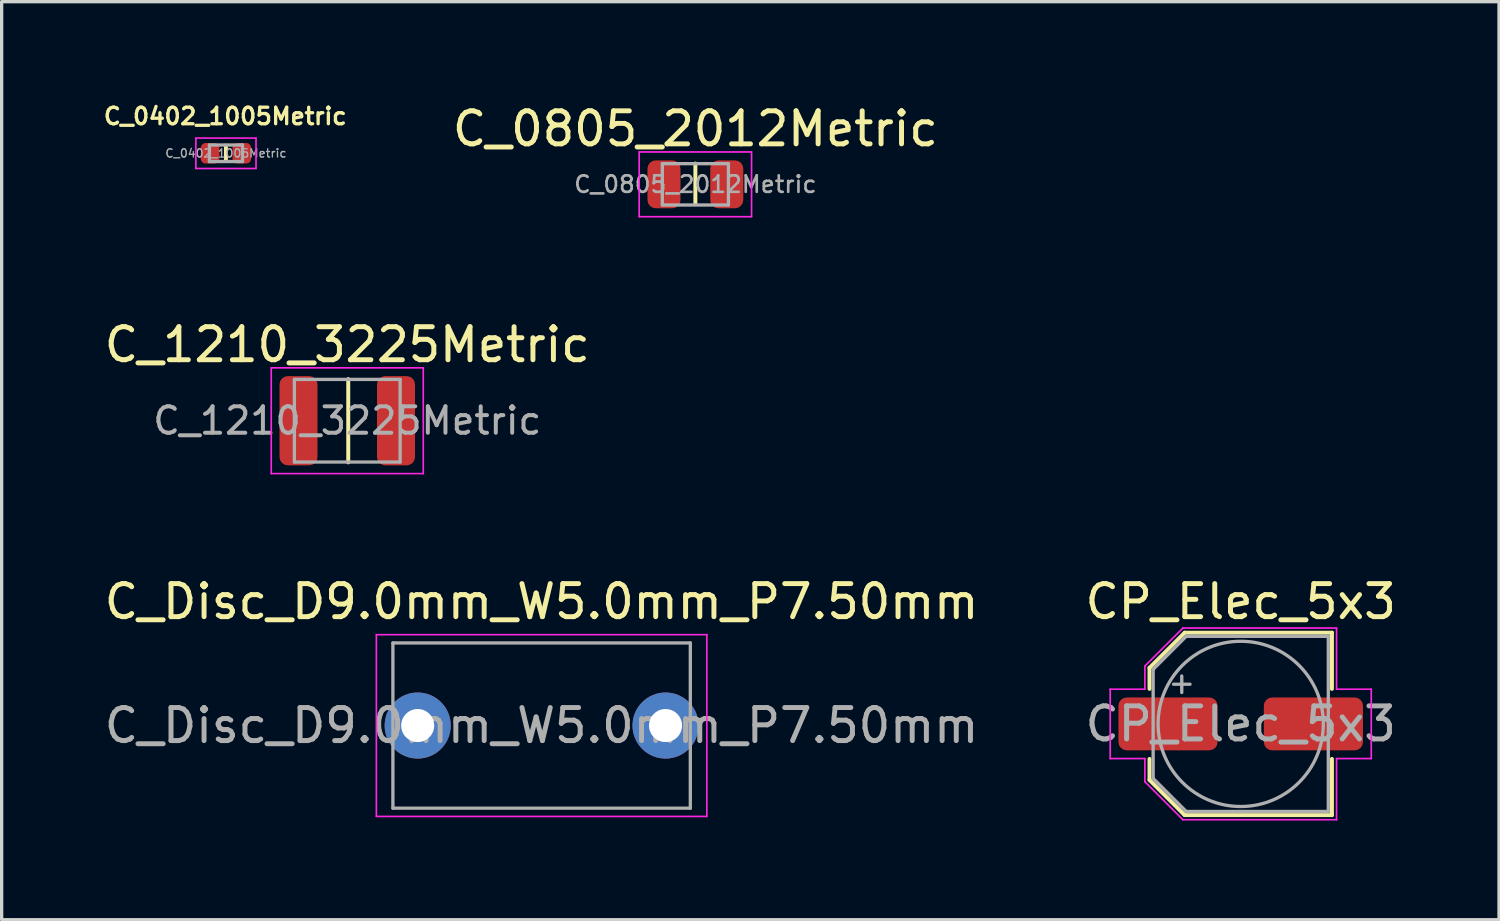
<source format=kicad_pcb>
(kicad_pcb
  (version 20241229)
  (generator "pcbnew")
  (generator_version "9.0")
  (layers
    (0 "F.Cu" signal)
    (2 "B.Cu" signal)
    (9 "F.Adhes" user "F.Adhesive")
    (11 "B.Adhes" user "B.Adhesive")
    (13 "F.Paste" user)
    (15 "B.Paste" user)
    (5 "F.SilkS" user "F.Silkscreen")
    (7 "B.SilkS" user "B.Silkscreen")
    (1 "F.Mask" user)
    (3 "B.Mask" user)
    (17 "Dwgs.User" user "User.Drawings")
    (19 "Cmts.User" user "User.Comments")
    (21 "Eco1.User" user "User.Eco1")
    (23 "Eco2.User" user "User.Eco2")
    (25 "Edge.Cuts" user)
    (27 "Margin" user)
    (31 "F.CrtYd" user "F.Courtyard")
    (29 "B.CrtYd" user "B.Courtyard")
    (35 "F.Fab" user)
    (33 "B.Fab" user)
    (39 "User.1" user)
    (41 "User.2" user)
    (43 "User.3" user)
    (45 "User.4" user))
  (footprint "C_Disc_D9.0mm_W5.0mm_P7.50mm"
    (layer "F.Cu")
    (at 9.589 18.905)
    (property "Reference" "C_Disc_D9.0mm_W5.0mm_P7.50mm" (at 3.75 -3.75 0) (layer "F.SilkS") (effects (font (size 1 1) (thickness 0.15))))
    (attr through_hole)
    (fp_line (start -1.25 -2.75) (end -1.25 2.75) (stroke (width 0.05) (type solid)) (layer "F.CrtYd"))
    (fp_line (start -1.25 2.75) (end 8.75 2.75) (stroke (width 0.05) (type solid)) (layer "F.CrtYd"))
    (fp_line (start 8.75 -2.75) (end -1.25 -2.75) (stroke (width 0.05) (type solid)) (layer "F.CrtYd"))
    (fp_line (start 8.75 2.75) (end 8.75 -2.75) (stroke (width 0.05) (type solid)) (layer "F.CrtYd"))
    (fp_line (start -0.75 -2.5) (end -0.75 2.5) (stroke (width 0.1) (type solid)) (layer "F.Fab"))
    (fp_line (start -0.75 2.5) (end 8.25 2.5) (stroke (width 0.1) (type solid)) (layer "F.Fab"))
    (fp_line (start 8.25 -2.5) (end -0.75 -2.5) (stroke (width 0.1) (type solid)) (layer "F.Fab"))
    (fp_line (start 8.25 2.5) (end 8.25 -2.5) (stroke (width 0.1) (type solid)) (layer "F.Fab"))
    (fp_text user "${REFERENCE}" (at 3.75 0 0) (layer "F.Fab") (effects (font (size 1 1) (thickness 0.15))))
    (pad "1" thru_hole circle (at 0 0) (size 2 2) (drill 1) (layers "*.Cu" "*.Mask"))
    (pad "2" thru_hole circle (at 7.5 0) (size 2 2) (drill 1) (layers "*.Cu" "*.Mask")))
  (footprint "C_0805_2012Metric"
    (layer "F.Cu")
    (at 17.992 2.528)
    (property "Reference" "C_0805_2012Metric" (at 0 -1.68 0) (layer "F.SilkS") (effects (font (size 1 1) (thickness 0.15))))
    (attr smd)
    (fp_line (start 0 -0.63) (end 0 0.6) (stroke (width 0.12) (type solid)) (layer "F.SilkS"))
    (fp_line (start -1.7 -0.98) (end 1.7 -0.98) (stroke (width 0.05) (type solid)) (layer "F.CrtYd"))
    (fp_line (start -1.7 0.98) (end -1.7 -0.98) (stroke (width 0.05) (type solid)) (layer "F.CrtYd"))
    (fp_line (start 1.7 -0.98) (end 1.7 0.98) (stroke (width 0.05) (type solid)) (layer "F.CrtYd"))
    (fp_line (start 1.7 0.98) (end -1.7 0.98) (stroke (width 0.05) (type solid)) (layer "F.CrtYd"))
    (fp_line (start -1 -0.625) (end 1 -0.625) (stroke (width 0.1) (type solid)) (layer "F.Fab"))
    (fp_line (start -1 0.625) (end -1 -0.625) (stroke (width 0.1) (type solid)) (layer "F.Fab"))
    (fp_line (start 1 -0.625) (end 1 0.625) (stroke (width 0.1) (type solid)) (layer "F.Fab"))
    (fp_line (start 1 0.625) (end -1 0.625) (stroke (width 0.1) (type solid)) (layer "F.Fab"))
    (fp_text user "${REFERENCE}" (at 0 0 0) (layer "F.Fab") (effects (font (size 0.5 0.5) (thickness 0.08))))
    (pad "1" smd roundrect (at -0.95 0) (size 1 1.45) (layers "F.Cu" "F.Mask" "F.Paste") (roundrect_rratio 0.25))
    (pad "2" smd roundrect (at 0.95 0) (size 1 1.45) (layers "F.Cu" "F.Mask" "F.Paste") (roundrect_rratio 0.25)))
  (footprint "CP_Elec_5x3"
    (layer "F.Cu")
    (at 34.494 18.855)
    (property "Reference" "CP_Elec_5x3" (at 0 -3.7 0) (layer "F.SilkS") (effects (font (size 1 1) (thickness 0.15))))
    (attr smd)
    (fp_line (start -2.76 -1.696) (end -2.76 -1.06) (stroke (width 0.12) (type solid)) (layer "F.SilkS"))
    (fp_line (start -2.76 -1.696) (end -1.696 -2.76) (stroke (width 0.12) (type solid)) (layer "F.SilkS"))
    (fp_line (start -2.76 1.696) (end -2.76 1.06) (stroke (width 0.12) (type solid)) (layer "F.SilkS"))
    (fp_line (start -2.76 1.696) (end -1.696 2.76) (stroke (width 0.12) (type solid)) (layer "F.SilkS"))
    (fp_line (start -1.696 -2.76) (end 2.76 -2.76) (stroke (width 0.12) (type solid)) (layer "F.SilkS"))
    (fp_line (start -1.696 2.76) (end 2.76 2.76) (stroke (width 0.12) (type solid)) (layer "F.SilkS"))
    (fp_line (start 2.76 -2.76) (end 2.76 -1.06) (stroke (width 0.12) (type solid)) (layer "F.SilkS"))
    (fp_line (start 2.76 2.76) (end 2.76 1.06) (stroke (width 0.12) (type solid)) (layer "F.SilkS"))
    (fp_line (start -3.95 -1.05) (end -3.95 1.05) (stroke (width 0.05) (type solid)) (layer "F.CrtYd"))
    (fp_line (start -3.95 1.05) (end -2.9 1.05) (stroke (width 0.05) (type solid)) (layer "F.CrtYd"))
    (fp_line (start -2.9 -1.75) (end -2.9 -1.05) (stroke (width 0.05) (type solid)) (layer "F.CrtYd"))
    (fp_line (start -2.9 -1.75) (end -1.75 -2.9) (stroke (width 0.05) (type solid)) (layer "F.CrtYd"))
    (fp_line (start -2.9 -1.05) (end -3.95 -1.05) (stroke (width 0.05) (type solid)) (layer "F.CrtYd"))
    (fp_line (start -2.9 1.05) (end -2.9 1.75) (stroke (width 0.05) (type solid)) (layer "F.CrtYd"))
    (fp_line (start -2.9 1.75) (end -1.75 2.9) (stroke (width 0.05) (type solid)) (layer "F.CrtYd"))
    (fp_line (start -1.75 -2.9) (end 2.9 -2.9) (stroke (width 0.05) (type solid)) (layer "F.CrtYd"))
    (fp_line (start -1.75 2.9) (end 2.9 2.9) (stroke (width 0.05) (type solid)) (layer "F.CrtYd"))
    (fp_line (start 2.9 -2.9) (end 2.9 -1.05) (stroke (width 0.05) (type solid)) (layer "F.CrtYd"))
    (fp_line (start 2.9 -1.05) (end 3.95 -1.05) (stroke (width 0.05) (type solid)) (layer "F.CrtYd"))
    (fp_line (start 2.9 1.05) (end 2.9 2.9) (stroke (width 0.05) (type solid)) (layer "F.CrtYd"))
    (fp_line (start 3.95 -1.05) (end 3.95 1.05) (stroke (width 0.05) (type solid)) (layer "F.CrtYd"))
    (fp_line (start 3.95 1.05) (end 2.9 1.05) (stroke (width 0.05) (type solid)) (layer "F.CrtYd"))
    (fp_line (start -2.65 -1.65) (end -2.65 1.65) (stroke (width 0.1) (type solid)) (layer "F.Fab"))
    (fp_line (start -2.65 -1.65) (end -1.65 -2.65) (stroke (width 0.1) (type solid)) (layer "F.Fab"))
    (fp_line (start -2.65 1.65) (end -1.65 2.65) (stroke (width 0.1) (type solid)) (layer "F.Fab"))
    (fp_line (start -2.034 -1.2) (end -1.534 -1.2) (stroke (width 0.1) (type solid)) (layer "F.Fab"))
    (fp_line (start -1.784 -1.45) (end -1.784 -0.95) (stroke (width 0.1) (type solid)) (layer "F.Fab"))
    (fp_line (start -1.65 -2.65) (end 2.65 -2.65) (stroke (width 0.1) (type solid)) (layer "F.Fab"))
    (fp_line (start -1.65 2.65) (end 2.65 2.65) (stroke (width 0.1) (type solid)) (layer "F.Fab"))
    (fp_line (start 2.65 -2.65) (end 2.65 2.65) (stroke (width 0.1) (type solid)) (layer "F.Fab"))
    (fp_circle (center 0 0) (end 2.5 0) (stroke (width 0.1) (type solid)) (fill no) (layer "F.Fab"))
    (fp_text user "${REFERENCE}" (at 0 0 0) (layer "F.Fab") (effects (font (size 1 1) (thickness 0.15))))
    (pad "1" smd roundrect (at -2.2 0) (size 3 1.6) (layers "F.Cu" "F.Mask" "F.Paste") (roundrect_rratio 0.156))
    (pad "2" smd roundrect (at 2.2 0) (size 3 1.6) (layers "F.Cu" "F.Mask" "F.Paste") (roundrect_rratio 0.156)))
  (footprint "C_0402_1005Metric"
    (layer "F.Cu")
    (at 3.787 1.588)
    (property "Reference" "C_0402_1005Metric" (at -0.02 -1.12 0) (layer "F.SilkS") (effects (font (size 0.5 0.5) (thickness 0.1))))
    (attr smd)
    (fp_line (start 0 -0.23) (end 0 0.23) (stroke (width 0.12) (type solid)) (layer "F.SilkS"))
    (fp_line (start -0.91 -0.46) (end 0.91 -0.46) (stroke (width 0.05) (type solid)) (layer "F.CrtYd"))
    (fp_line (start -0.91 0.46) (end -0.91 -0.46) (stroke (width 0.05) (type solid)) (layer "F.CrtYd"))
    (fp_line (start 0.91 -0.46) (end 0.91 0.46) (stroke (width 0.05) (type solid)) (layer "F.CrtYd"))
    (fp_line (start 0.91 0.46) (end -0.91 0.46) (stroke (width 0.05) (type solid)) (layer "F.CrtYd"))
    (fp_line (start -0.5 -0.25) (end 0.5 -0.25) (stroke (width 0.1) (type solid)) (layer "F.Fab"))
    (fp_line (start -0.5 0.25) (end -0.5 -0.25) (stroke (width 0.1) (type solid)) (layer "F.Fab"))
    (fp_line (start 0.5 -0.25) (end 0.5 0.25) (stroke (width 0.1) (type solid)) (layer "F.Fab"))
    (fp_line (start 0.5 0.25) (end -0.5 0.25) (stroke (width 0.1) (type solid)) (layer "F.Fab"))
    (fp_text user "${REFERENCE}" (at 0 0 0) (layer "F.Fab") (effects (font (size 0.25 0.25) (thickness 0.04))))
    (pad "1" smd roundrect (at -0.48 0) (size 0.56 0.62) (layers "F.Cu" "F.Mask" "F.Paste") (roundrect_rratio 0.25))
    (pad "2" smd roundrect (at 0.48 0) (size 0.56 0.62) (layers "F.Cu" "F.Mask" "F.Paste") (roundrect_rratio 0.25)))
  (footprint "C_1210_3225Metric"
    (layer "F.Cu")
    (at 7.458 9.681)
    (property "Reference" "C_1210_3225Metric" (at 0 -2.3 0) (layer "F.SilkS") (effects (font (size 1 1) (thickness 0.15))))
    (attr smd)
    (fp_line (start 0.03 -1.26) (end 0.03 1.26) (stroke (width 0.12) (type solid)) (layer "F.SilkS"))
    (fp_line (start -2.3 -1.6) (end 2.3 -1.6) (stroke (width 0.05) (type solid)) (layer "F.CrtYd"))
    (fp_line (start -2.3 1.6) (end -2.3 -1.6) (stroke (width 0.05) (type solid)) (layer "F.CrtYd"))
    (fp_line (start 2.3 -1.6) (end 2.3 1.6) (stroke (width 0.05) (type solid)) (layer "F.CrtYd"))
    (fp_line (start 2.3 1.6) (end -2.3 1.6) (stroke (width 0.05) (type solid)) (layer "F.CrtYd"))
    (fp_line (start -1.6 -1.25) (end 1.6 -1.25) (stroke (width 0.1) (type solid)) (layer "F.Fab"))
    (fp_line (start -1.6 1.25) (end -1.6 -1.25) (stroke (width 0.1) (type solid)) (layer "F.Fab"))
    (fp_line (start 1.6 -1.25) (end 1.6 1.25) (stroke (width 0.1) (type solid)) (layer "F.Fab"))
    (fp_line (start 1.6 1.25) (end -1.6 1.25) (stroke (width 0.1) (type solid)) (layer "F.Fab"))
    (fp_text user "${REFERENCE}" (at 0 0 0) (layer "F.Fab") (effects (font (size 0.8 0.8) (thickness 0.12))))
    (pad "1" smd roundrect (at -1.475 0) (size 1.15 2.7) (layers "F.Cu" "F.Mask" "F.Paste") (roundrect_rratio 0.217))
    (pad "2" smd roundrect (at 1.475 0) (size 1.15 2.7) (layers "F.Cu" "F.Mask" "F.Paste") (roundrect_rratio 0.217)))
  (gr_rect
    (start -3 -3)
    (end 42.31 24.78)
    (stroke (width 0.1) (type default))
    (fill no)
    (layer "Edge.Cuts")))
</source>
